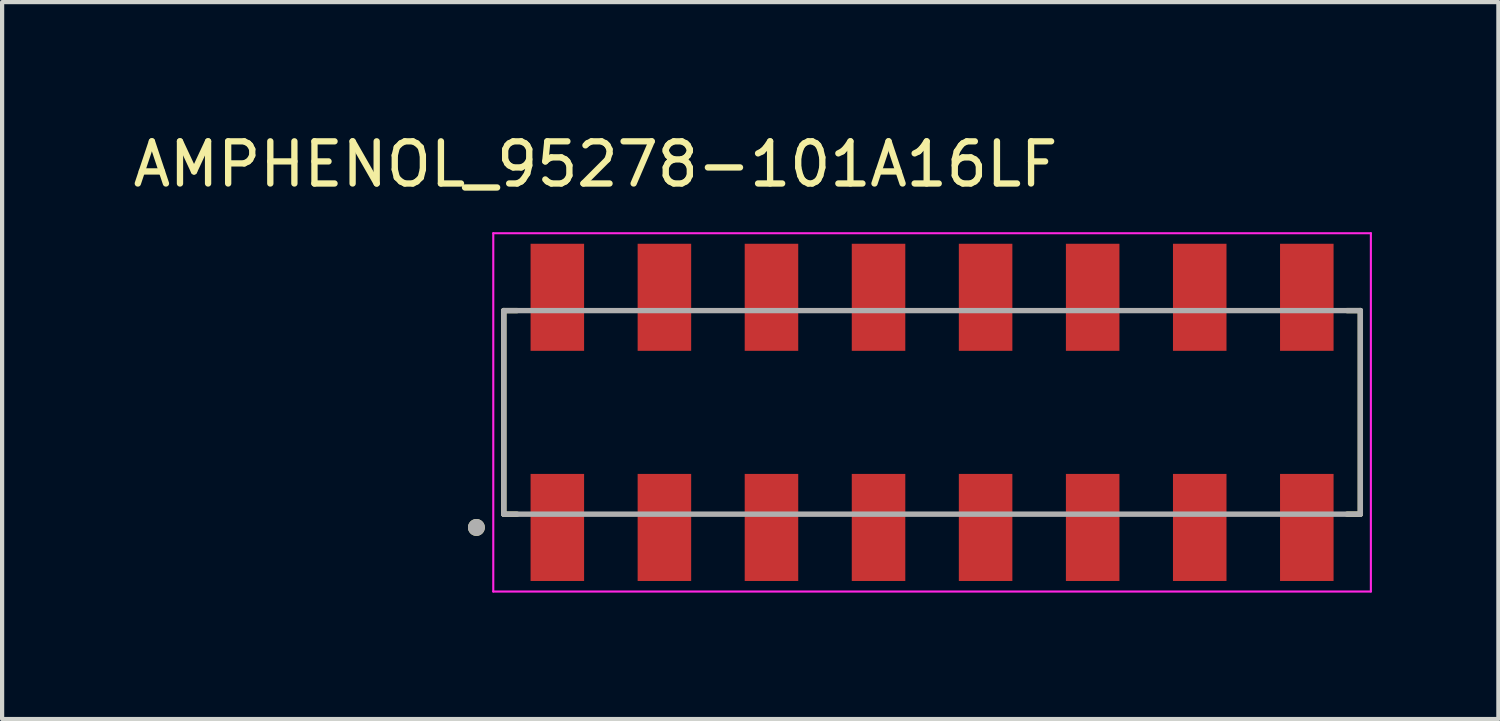
<source format=kicad_pcb>
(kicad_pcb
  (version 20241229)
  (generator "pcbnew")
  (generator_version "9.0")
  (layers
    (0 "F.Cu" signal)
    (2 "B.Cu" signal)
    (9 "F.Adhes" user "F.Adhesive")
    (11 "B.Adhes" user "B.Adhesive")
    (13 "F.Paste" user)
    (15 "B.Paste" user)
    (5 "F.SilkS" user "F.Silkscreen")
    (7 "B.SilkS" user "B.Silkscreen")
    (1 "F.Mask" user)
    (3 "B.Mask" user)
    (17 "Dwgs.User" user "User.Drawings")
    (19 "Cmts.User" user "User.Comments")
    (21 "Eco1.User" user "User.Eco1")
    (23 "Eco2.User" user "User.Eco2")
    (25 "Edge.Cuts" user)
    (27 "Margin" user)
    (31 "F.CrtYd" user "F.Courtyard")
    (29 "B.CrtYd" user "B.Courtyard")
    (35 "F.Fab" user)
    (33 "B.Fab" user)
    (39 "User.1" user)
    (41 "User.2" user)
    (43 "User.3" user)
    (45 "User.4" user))
  (footprint "AMPHENOL_95278-101A16LF"
    (layer "F.Cu")
    (at 19.062 6.733)
    (property "Reference" "AMPHENOL_95278-101A16LF" (at -7.985 -5.885 0) (layer "F.SilkS") (effects (font (size 1 1) (thickness 0.15))))
    (attr smd)
    (fp_line (start -10.16 -2.415) (end -9.845 -2.415) (stroke (width 0.127) (type solid)) (layer "F.SilkS"))
    (fp_line (start -10.16 2.415) (end -10.16 -2.415) (stroke (width 0.127) (type solid)) (layer "F.SilkS"))
    (fp_line (start -9.845 2.415) (end -10.16 2.415) (stroke (width 0.127) (type solid)) (layer "F.SilkS"))
    (fp_line (start 9.845 -2.415) (end 10.16 -2.415) (stroke (width 0.127) (type solid)) (layer "F.SilkS"))
    (fp_line (start 9.845 2.415) (end 10.16 2.415) (stroke (width 0.127) (type solid)) (layer "F.SilkS"))
    (fp_line (start 10.16 -2.415) (end 10.16 2.415) (stroke (width 0.127) (type solid)) (layer "F.SilkS"))
    (fp_circle (center -10.81 2.73) (end -10.71 2.73) (stroke (width 0.2) (type solid)) (fill no) (layer "F.SilkS"))
    (fp_line (start -10.41 -4.25) (end 10.41 -4.25) (stroke (width 0.05) (type solid)) (layer "F.CrtYd"))
    (fp_line (start -10.41 4.25) (end -10.41 -4.25) (stroke (width 0.05) (type solid)) (layer "F.CrtYd"))
    (fp_line (start 10.41 -4.25) (end 10.41 4.25) (stroke (width 0.05) (type solid)) (layer "F.CrtYd"))
    (fp_line (start 10.41 4.25) (end -10.41 4.25) (stroke (width 0.05) (type solid)) (layer "F.CrtYd"))
    (fp_line (start -10.16 -2.415) (end 10.16 -2.415) (stroke (width 0.127) (type solid)) (layer "F.Fab"))
    (fp_line (start -10.16 2.415) (end -10.16 -2.415) (stroke (width 0.127) (type solid)) (layer "F.Fab"))
    (fp_line (start 10.16 -2.415) (end 10.16 2.415) (stroke (width 0.127) (type solid)) (layer "F.Fab"))
    (fp_line (start 10.16 2.415) (end -10.16 2.415) (stroke (width 0.127) (type solid)) (layer "F.Fab"))
    (fp_circle (center -10.81 2.73) (end -10.71 2.73) (stroke (width 0.2) (type solid)) (fill no) (layer "F.Fab"))
    (pad "01" smd rect (at -8.89 2.73) (size 1.27 2.54) (layers "F.Cu" "F.Mask" "F.Paste"))
    (pad "02" smd rect (at -8.89 -2.73) (size 1.27 2.54) (layers "F.Cu" "F.Mask" "F.Paste"))
    (pad "03" smd rect (at -6.35 2.73) (size 1.27 2.54) (layers "F.Cu" "F.Mask" "F.Paste"))
    (pad "04" smd rect (at -6.35 -2.73) (size 1.27 2.54) (layers "F.Cu" "F.Mask" "F.Paste"))
    (pad "05" smd rect (at -3.81 2.73) (size 1.27 2.54) (layers "F.Cu" "F.Mask" "F.Paste"))
    (pad "06" smd rect (at -3.81 -2.73) (size 1.27 2.54) (layers "F.Cu" "F.Mask" "F.Paste"))
    (pad "07" smd rect (at -1.27 2.73) (size 1.27 2.54) (layers "F.Cu" "F.Mask" "F.Paste"))
    (pad "08" smd rect (at -1.27 -2.73) (size 1.27 2.54) (layers "F.Cu" "F.Mask" "F.Paste"))
    (pad "09" smd rect (at 1.27 2.73) (size 1.27 2.54) (layers "F.Cu" "F.Mask" "F.Paste"))
    (pad "10" smd rect (at 1.27 -2.73) (size 1.27 2.54) (layers "F.Cu" "F.Mask" "F.Paste"))
    (pad "11" smd rect (at 3.81 2.73) (size 1.27 2.54) (layers "F.Cu" "F.Mask" "F.Paste"))
    (pad "12" smd rect (at 3.81 -2.73) (size 1.27 2.54) (layers "F.Cu" "F.Mask" "F.Paste"))
    (pad "13" smd rect (at 6.35 2.73) (size 1.27 2.54) (layers "F.Cu" "F.Mask" "F.Paste"))
    (pad "14" smd rect (at 6.35 -2.73) (size 1.27 2.54) (layers "F.Cu" "F.Mask" "F.Paste"))
    (pad "15" smd rect (at 8.89 2.73) (size 1.27 2.54) (layers "F.Cu" "F.Mask" "F.Paste"))
    (pad "16" smd rect (at 8.89 -2.73) (size 1.27 2.54) (layers "F.Cu" "F.Mask" "F.Paste")))
  (gr_rect
    (start -3 -3)
    (end 32.497 14.008)
    (stroke (width 0.1) (type default))
    (fill no)
    (layer "Edge.Cuts")))
</source>
